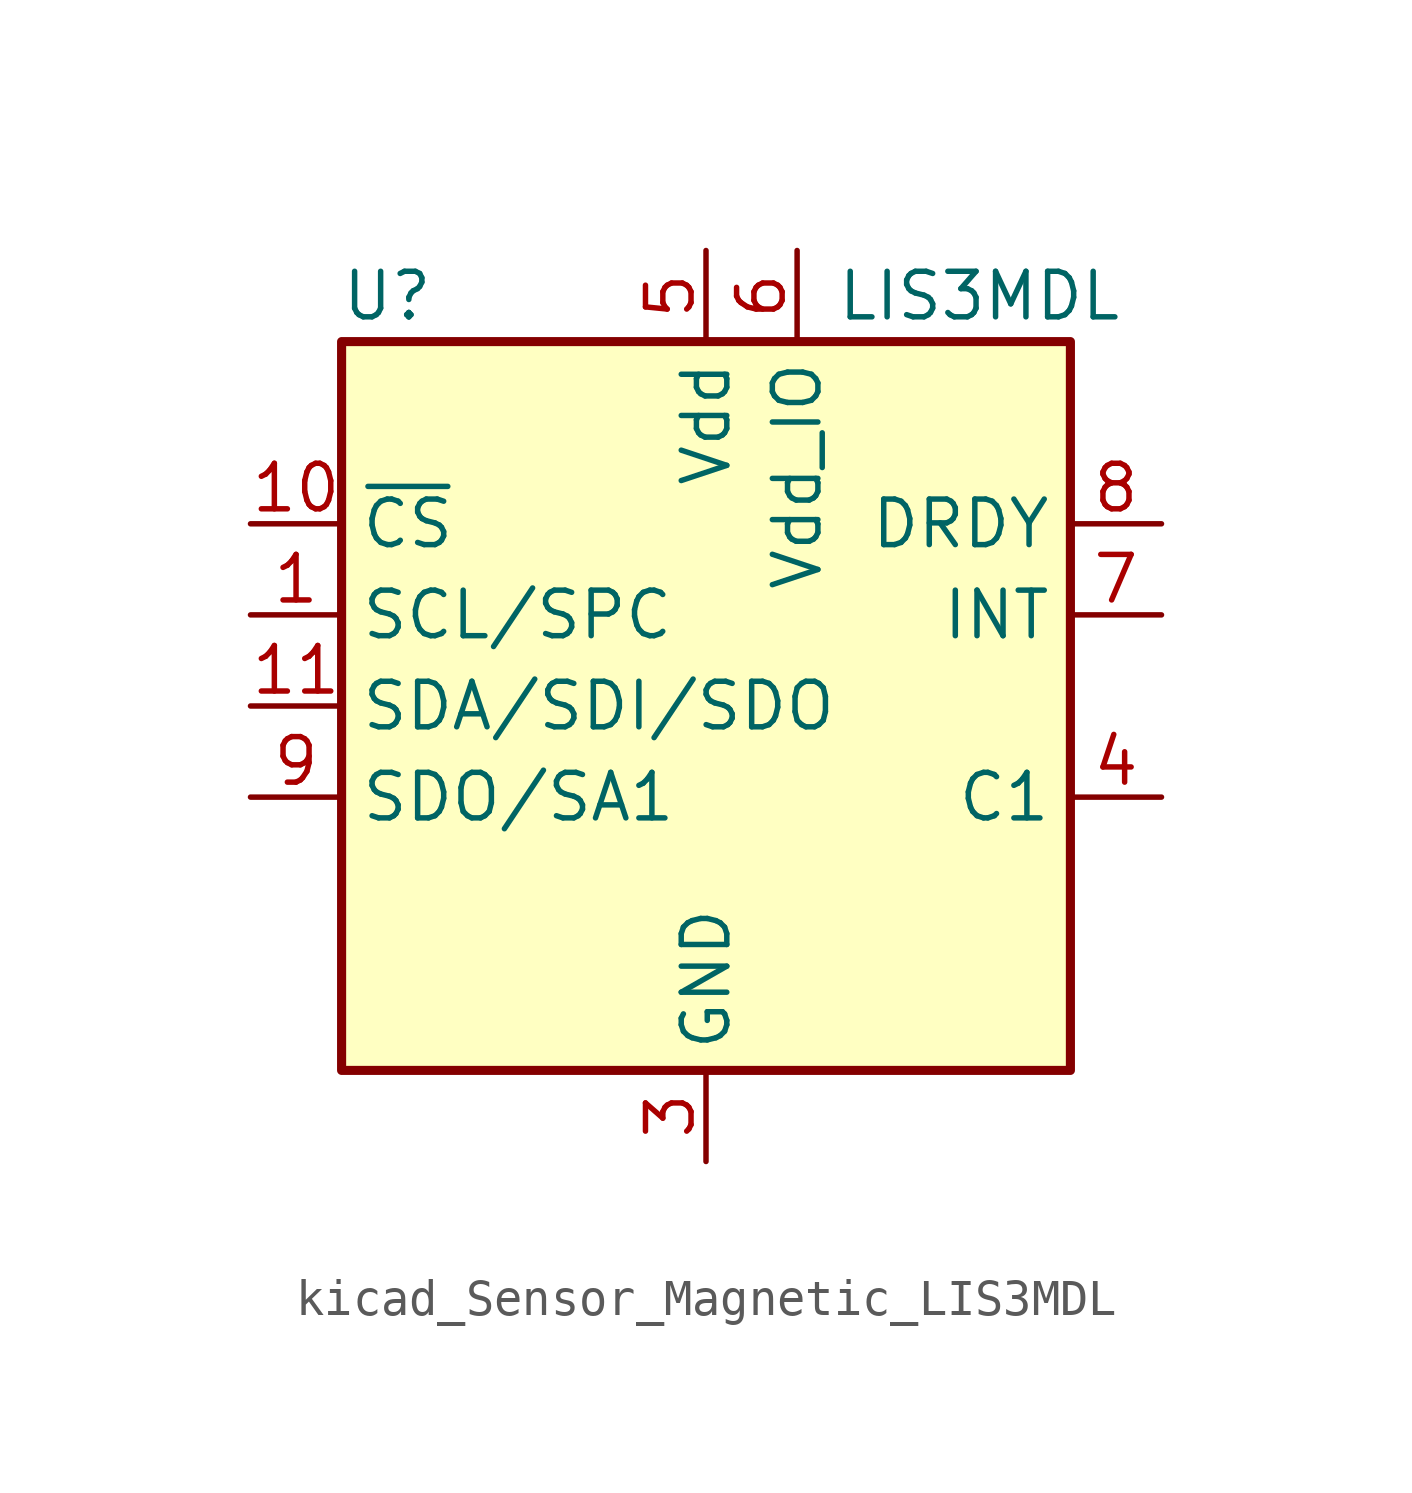
<source format=kicad_sym>
(kicad_symbol_lib
  (version 20220914)
  (generator kicad_symbol_editor)
  (symbol "kicad_Sensor_Magnetic_LIS3MDL"
    (property "Reference" "U"
      (at -8.89 11.43 0)
      (effects (font (size 1.27 1.27))))
    (property "Value" "LIS3MDL"
      (at 7.62 11.43 0)
      (effects (font (size 1.27 1.27))))
    (symbol "kicad_Sensor_Magnetic_LIS3MDL_0_1"
      (rectangle (start -10.16 10.16) (end 10.16 -10.16) (stroke (width 0.254) (type default)) (fill (type background))))
    (symbol "kicad_Sensor_Magnetic_LIS3MDL_1_1"
      (pin input line (at -12.7 2.54 0) (length 2.54) (name "SCL/SPC" (effects (font (size 1.27 1.27)))) (number "1" (effects (font (size 1.27 1.27)))))
      (pin input line (at -12.7 5.08 0) (length 2.54) (name "~{CS}" (effects (font (size 1.27 1.27)))) (number "10" (effects (font (size 1.27 1.27)))))
      (pin bidirectional line (at -12.7 0 0) (length 2.54) (name "SDA/SDI/SDO" (effects (font (size 1.27 1.27)))) (number "11" (effects (font (size 1.27 1.27)))))
      (pin passive line (at 0 -12.7 90) (length 2.54) hide (name "GND" (effects (font (size 1.27 1.27)))) (number "12" (effects (font (size 1.27 1.27)))))
      (pin passive line (at 0 -12.7 90) (length 2.54) hide (name "GND" (effects (font (size 1.27 1.27)))) (number "2" (effects (font (size 1.27 1.27)))))
      (pin power_in line (at 0 -12.7 90) (length 2.54) (name "GND" (effects (font (size 1.27 1.27)))) (number "3" (effects (font (size 1.27 1.27)))))
      (pin power_out line (at 12.7 -2.54 180) (length 2.54) (name "C1" (effects (font (size 1.27 1.27)))) (number "4" (effects (font (size 1.27 1.27)))))
      (pin power_in line (at 0 12.7 270) (length 2.54) (name "Vdd" (effects (font (size 1.27 1.27)))) (number "5" (effects (font (size 1.27 1.27)))))
      (pin power_in line (at 2.54 12.7 270) (length 2.54) (name "Vdd_IO" (effects (font (size 1.27 1.27)))) (number "6" (effects (font (size 1.27 1.27)))))
      (pin output line (at 12.7 2.54 180) (length 2.54) (name "INT" (effects (font (size 1.27 1.27)))) (number "7" (effects (font (size 1.27 1.27)))))
      (pin output line (at 12.7 5.08 180) (length 2.54) (name "DRDY" (effects (font (size 1.27 1.27)))) (number "8" (effects (font (size 1.27 1.27)))))
      (pin bidirectional line (at -12.7 -2.54 0) (length 2.54) (name "SDO/SA1" (effects (font (size 1.27 1.27)))) (number "9" (effects (font (size 1.27 1.27))))))))
</source>
